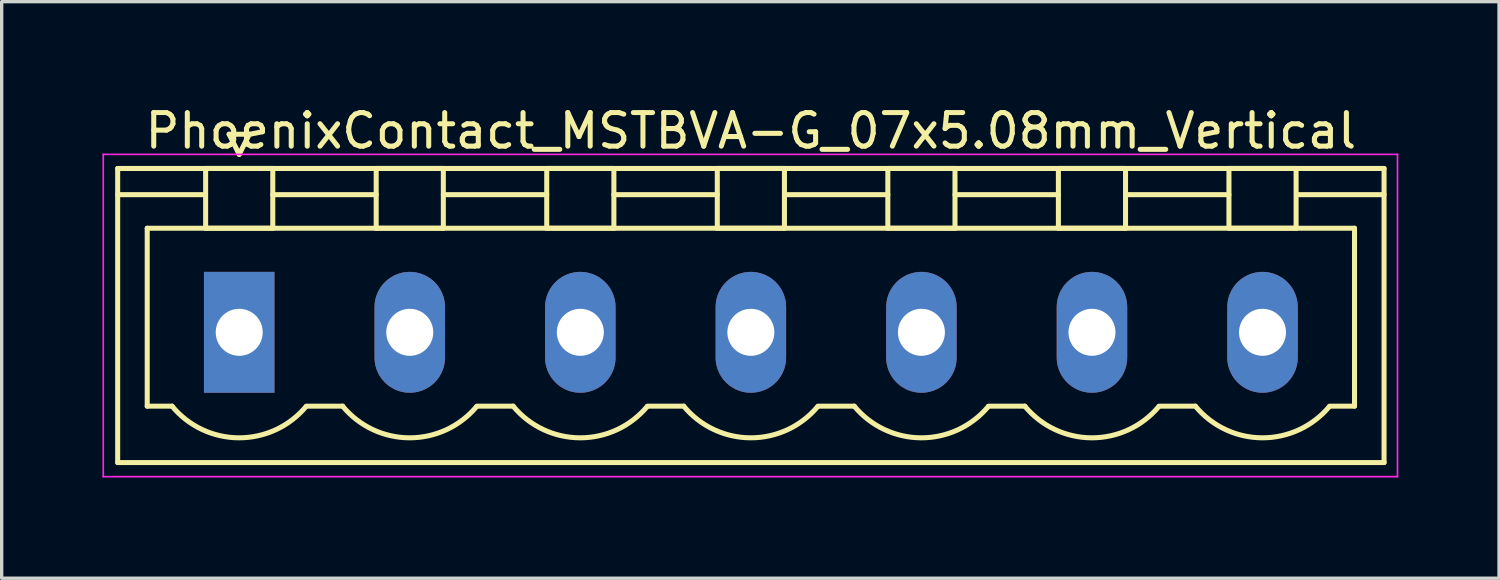
<source format=kicad_pcb>
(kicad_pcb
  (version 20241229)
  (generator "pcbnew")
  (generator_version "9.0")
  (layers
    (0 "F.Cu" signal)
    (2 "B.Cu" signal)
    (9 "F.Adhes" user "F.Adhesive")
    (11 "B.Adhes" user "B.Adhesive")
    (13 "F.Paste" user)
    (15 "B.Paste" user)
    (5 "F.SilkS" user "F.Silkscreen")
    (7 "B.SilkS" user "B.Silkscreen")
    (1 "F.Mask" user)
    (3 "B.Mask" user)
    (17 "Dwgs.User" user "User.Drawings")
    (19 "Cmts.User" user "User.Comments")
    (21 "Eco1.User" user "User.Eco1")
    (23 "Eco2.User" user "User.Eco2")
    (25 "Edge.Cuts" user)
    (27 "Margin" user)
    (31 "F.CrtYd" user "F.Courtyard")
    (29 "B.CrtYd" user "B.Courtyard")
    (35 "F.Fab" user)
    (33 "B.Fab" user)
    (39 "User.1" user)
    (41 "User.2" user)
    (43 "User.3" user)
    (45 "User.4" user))
  (footprint "PhoenixContact_MSTBVA-G_07x5.08mm_Vertical"
    (layer "F.Cu")
    (at 4.075 6.848)
    (property "Reference" "PhoenixContact_MSTBVA-G_07x5.08mm_Vertical" (at 15.24 -6 0) (layer "F.SilkS") (effects (font (size 1 1) (thickness 0.15))))
    (attr through_hole)
    (fp_line (start -3.62 -4.88) (end -3.62 3.88) (stroke (width 0.15) (type solid)) (layer "F.SilkS"))
    (fp_line (start -3.62 -4.1) (end -1.08 -4.1) (stroke (width 0.15) (type solid)) (layer "F.SilkS"))
    (fp_line (start -3.62 3.88) (end 34.1 3.88) (stroke (width 0.15) (type solid)) (layer "F.SilkS"))
    (fp_line (start -2.74 -3.1) (end 33.22 -3.1) (stroke (width 0.15) (type solid)) (layer "F.SilkS"))
    (fp_line (start -2.74 2.2) (end -2.74 -3.1) (stroke (width 0.15) (type solid)) (layer "F.SilkS"))
    (fp_line (start -2 2.2) (end -2.74 2.2) (stroke (width 0.15) (type solid)) (layer "F.SilkS"))
    (fp_line (start -1 -4.88) (end 1 -4.88) (stroke (width 0.15) (type solid)) (layer "F.SilkS"))
    (fp_line (start -1 -3.1) (end -1 -4.88) (stroke (width 0.15) (type solid)) (layer "F.SilkS"))
    (fp_line (start -0.3 -5.9) (end 0 -5.3) (stroke (width 0.15) (type solid)) (layer "F.SilkS"))
    (fp_line (start 0 -5.3) (end 0.3 -5.9) (stroke (width 0.15) (type solid)) (layer "F.SilkS"))
    (fp_line (start 0.3 -5.9) (end -0.3 -5.9) (stroke (width 0.15) (type solid)) (layer "F.SilkS"))
    (fp_line (start 1 -4.88) (end 1 -3.1) (stroke (width 0.15) (type solid)) (layer "F.SilkS"))
    (fp_line (start 1 -4.1) (end 4.08 -4.1) (stroke (width 0.15) (type solid)) (layer "F.SilkS"))
    (fp_line (start 1 -3.1) (end -1 -3.1) (stroke (width 0.15) (type solid)) (layer "F.SilkS"))
    (fp_line (start 2 2.2) (end 3.08 2.2) (stroke (width 0.15) (type solid)) (layer "F.SilkS"))
    (fp_line (start 4.08 -4.88) (end 6.08 -4.88) (stroke (width 0.15) (type solid)) (layer "F.SilkS"))
    (fp_line (start 4.08 -3.1) (end 4.08 -4.88) (stroke (width 0.15) (type solid)) (layer "F.SilkS"))
    (fp_line (start 6.08 -4.88) (end 6.08 -3.1) (stroke (width 0.15) (type solid)) (layer "F.SilkS"))
    (fp_line (start 6.08 -4.1) (end 9.16 -4.1) (stroke (width 0.15) (type solid)) (layer "F.SilkS"))
    (fp_line (start 6.08 -3.1) (end 4.08 -3.1) (stroke (width 0.15) (type solid)) (layer "F.SilkS"))
    (fp_line (start 7.08 2.2) (end 8.16 2.2) (stroke (width 0.15) (type solid)) (layer "F.SilkS"))
    (fp_line (start 9.16 -4.88) (end 11.16 -4.88) (stroke (width 0.15) (type solid)) (layer "F.SilkS"))
    (fp_line (start 9.16 -3.1) (end 9.16 -4.88) (stroke (width 0.15) (type solid)) (layer "F.SilkS"))
    (fp_line (start 11.16 -4.88) (end 11.16 -3.1) (stroke (width 0.15) (type solid)) (layer "F.SilkS"))
    (fp_line (start 11.16 -4.1) (end 14.24 -4.1) (stroke (width 0.15) (type solid)) (layer "F.SilkS"))
    (fp_line (start 11.16 -3.1) (end 9.16 -3.1) (stroke (width 0.15) (type solid)) (layer "F.SilkS"))
    (fp_line (start 12.16 2.2) (end 13.24 2.2) (stroke (width 0.15) (type solid)) (layer "F.SilkS"))
    (fp_line (start 14.24 -4.88) (end 16.24 -4.88) (stroke (width 0.15) (type solid)) (layer "F.SilkS"))
    (fp_line (start 14.24 -3.1) (end 14.24 -4.88) (stroke (width 0.15) (type solid)) (layer "F.SilkS"))
    (fp_line (start 16.24 -4.88) (end 16.24 -3.1) (stroke (width 0.15) (type solid)) (layer "F.SilkS"))
    (fp_line (start 16.24 -4.1) (end 19.32 -4.1) (stroke (width 0.15) (type solid)) (layer "F.SilkS"))
    (fp_line (start 16.24 -3.1) (end 14.24 -3.1) (stroke (width 0.15) (type solid)) (layer "F.SilkS"))
    (fp_line (start 17.24 2.2) (end 18.32 2.2) (stroke (width 0.15) (type solid)) (layer "F.SilkS"))
    (fp_line (start 19.32 -4.88) (end 21.32 -4.88) (stroke (width 0.15) (type solid)) (layer "F.SilkS"))
    (fp_line (start 19.32 -3.1) (end 19.32 -4.88) (stroke (width 0.15) (type solid)) (layer "F.SilkS"))
    (fp_line (start 21.32 -4.88) (end 21.32 -3.1) (stroke (width 0.15) (type solid)) (layer "F.SilkS"))
    (fp_line (start 21.32 -4.1) (end 24.4 -4.1) (stroke (width 0.15) (type solid)) (layer "F.SilkS"))
    (fp_line (start 21.32 -3.1) (end 19.32 -3.1) (stroke (width 0.15) (type solid)) (layer "F.SilkS"))
    (fp_line (start 22.32 2.2) (end 23.4 2.2) (stroke (width 0.15) (type solid)) (layer "F.SilkS"))
    (fp_line (start 24.4 -4.88) (end 26.4 -4.88) (stroke (width 0.15) (type solid)) (layer "F.SilkS"))
    (fp_line (start 24.4 -3.1) (end 24.4 -4.88) (stroke (width 0.15) (type solid)) (layer "F.SilkS"))
    (fp_line (start 26.4 -4.88) (end 26.4 -3.1) (stroke (width 0.15) (type solid)) (layer "F.SilkS"))
    (fp_line (start 26.4 -4.1) (end 29.48 -4.1) (stroke (width 0.15) (type solid)) (layer "F.SilkS"))
    (fp_line (start 26.4 -3.1) (end 24.4 -3.1) (stroke (width 0.15) (type solid)) (layer "F.SilkS"))
    (fp_line (start 27.4 2.2) (end 28.48 2.2) (stroke (width 0.15) (type solid)) (layer "F.SilkS"))
    (fp_line (start 29.48 -4.88) (end 31.48 -4.88) (stroke (width 0.15) (type solid)) (layer "F.SilkS"))
    (fp_line (start 29.48 -3.1) (end 29.48 -4.88) (stroke (width 0.15) (type solid)) (layer "F.SilkS"))
    (fp_line (start 31.48 -4.88) (end 31.48 -3.1) (stroke (width 0.15) (type solid)) (layer "F.SilkS"))
    (fp_line (start 31.48 -3.1) (end 29.48 -3.1) (stroke (width 0.15) (type solid)) (layer "F.SilkS"))
    (fp_line (start 33.22 -3.1) (end 33.22 2.2) (stroke (width 0.15) (type solid)) (layer "F.SilkS"))
    (fp_line (start 33.22 2.2) (end 32.48 2.2) (stroke (width 0.15) (type solid)) (layer "F.SilkS"))
    (fp_line (start 34.1 -4.88) (end -3.62 -4.88) (stroke (width 0.15) (type solid)) (layer "F.SilkS"))
    (fp_line (start 34.1 -4.1) (end 31.56 -4.1) (stroke (width 0.15) (type solid)) (layer "F.SilkS"))
    (fp_line (start 34.1 3.88) (end 34.1 -4.88) (stroke (width 0.15) (type solid)) (layer "F.SilkS"))
    (fp_arc (start 1.986842 2.215821) (mid -0.010289 3.142758) (end -2 2.2) (stroke (width 0.15) (type solid)) (layer "F.SilkS"))
    (fp_arc (start 7.066842 2.215821) (mid 5.069711 3.142758) (end 3.08 2.2) (stroke (width 0.15) (type solid)) (layer "F.SilkS"))
    (fp_arc (start 12.146842 2.215821) (mid 10.149711 3.142758) (end 8.16 2.2) (stroke (width 0.15) (type solid)) (layer "F.SilkS"))
    (fp_arc (start 17.226842 2.215821) (mid 15.229711 3.142758) (end 13.24 2.2) (stroke (width 0.15) (type solid)) (layer "F.SilkS"))
    (fp_arc (start 22.306842 2.215821) (mid 20.309711 3.142758) (end 18.32 2.2) (stroke (width 0.15) (type solid)) (layer "F.SilkS"))
    (fp_arc (start 27.386842 2.215821) (mid 25.389711 3.142758) (end 23.4 2.2) (stroke (width 0.15) (type solid)) (layer "F.SilkS"))
    (fp_arc (start 32.466842 2.215821) (mid 30.469711 3.142758) (end 28.48 2.2) (stroke (width 0.15) (type solid)) (layer "F.SilkS"))
    (fp_line (start -4.05 -5.3) (end -4.05 4.3) (stroke (width 0.05) (type solid)) (layer "F.CrtYd"))
    (fp_line (start -4.05 4.3) (end 34.5 4.3) (stroke (width 0.05) (type solid)) (layer "F.CrtYd"))
    (fp_line (start 34.5 -5.3) (end -4.05 -5.3) (stroke (width 0.05) (type solid)) (layer "F.CrtYd"))
    (fp_line (start 34.5 4.3) (end 34.5 -5.3) (stroke (width 0.05) (type solid)) (layer "F.CrtYd"))
    (pad "1" thru_hole rect (at 0 0) (size 2.1 3.6) (drill 1.4) (layers "*.Cu" "*.Mask"))
    (pad "2" thru_hole oval (at 5.08 0) (size 2.1 3.6) (drill 1.4) (layers "*.Cu" "*.Mask"))
    (pad "3" thru_hole oval (at 10.16 0) (size 2.1 3.6) (drill 1.4) (layers "*.Cu" "*.Mask"))
    (pad "4" thru_hole oval (at 15.24 0) (size 2.1 3.6) (drill 1.4) (layers "*.Cu" "*.Mask"))
    (pad "5" thru_hole oval (at 20.32 0) (size 2.1 3.6) (drill 1.4) (layers "*.Cu" "*.Mask"))
    (pad "6" thru_hole oval (at 25.4 0) (size 2.1 3.6) (drill 1.4) (layers "*.Cu" "*.Mask"))
    (pad "7" thru_hole oval (at 30.48 0) (size 2.1 3.6) (drill 1.4) (layers "*.Cu" "*.Mask")))
  (gr_rect
    (start -3 -3)
    (end 41.6 14.173)
    (stroke (width 0.1) (type default))
    (fill no)
    (layer "Edge.Cuts")))
</source>
